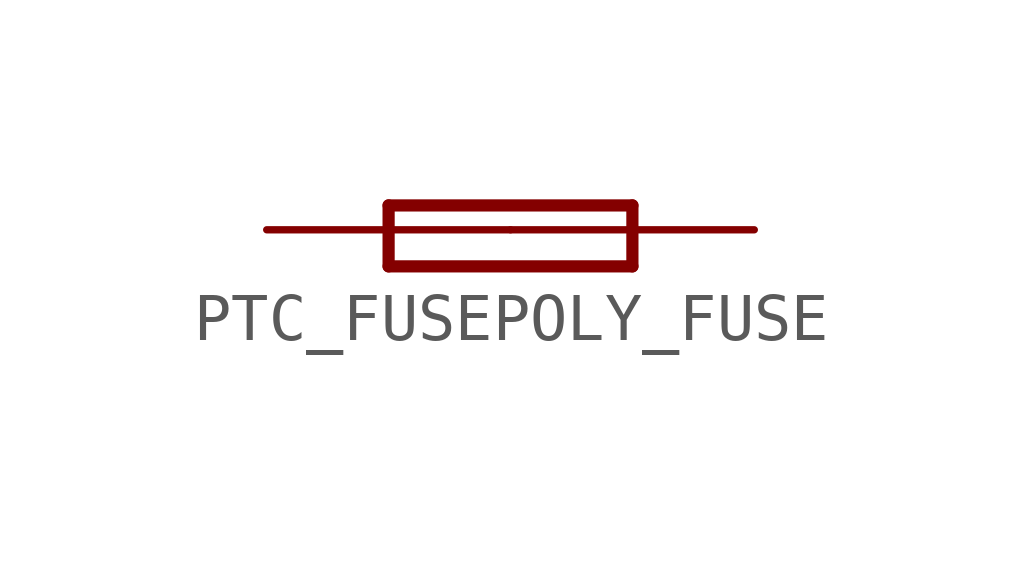
<source format=kicad_sym>
(kicad_symbol_lib
  (version 20211014)
  (generator kicad_symbol_editor)
  (symbol "PTC_FUSEPOLY_FUSE"
    (property "Reference" "F"
      (at 0 0 0)
      (effects (font (size 1.27 1.27)) hide))
    (property "ki_locked" ""
      (at 0 0 0)
      (effects (font (size 1.27 1.27))))
    (symbol "PTC_FUSEPOLY_FUSE_1_0"
      (polyline (pts (xy -2.54 -0.762) (xy 2.54 -0.762)) (stroke (width 0.254) (type default) (color 0 0 0 0)) (fill (type none)))
      (polyline (pts (xy -2.54 0.508) (xy -2.54 -0.762)) (stroke (width 0.254) (type default) (color 0 0 0 0)) (fill (type none)))
      (polyline (pts (xy 2.54 -0.762) (xy 2.54 0.508)) (stroke (width 0.254) (type default) (color 0 0 0 0)) (fill (type none)))
      (polyline (pts (xy 2.54 0.508) (xy -2.54 0.508)) (stroke (width 0.254) (type default) (color 0 0 0 0)) (fill (type none)))
      (pin bidirectional line (at -5.08 0 0) (length 5.08) (name "P$1" (effects (font (size 0 0)))) (number "1" (effects (font (size 0 0)))))
      (pin bidirectional line (at 5.08 0 180) (length 5.08) (name "P$2" (effects (font (size 0 0)))) (number "2" (effects (font (size 0 0))))))))
</source>
